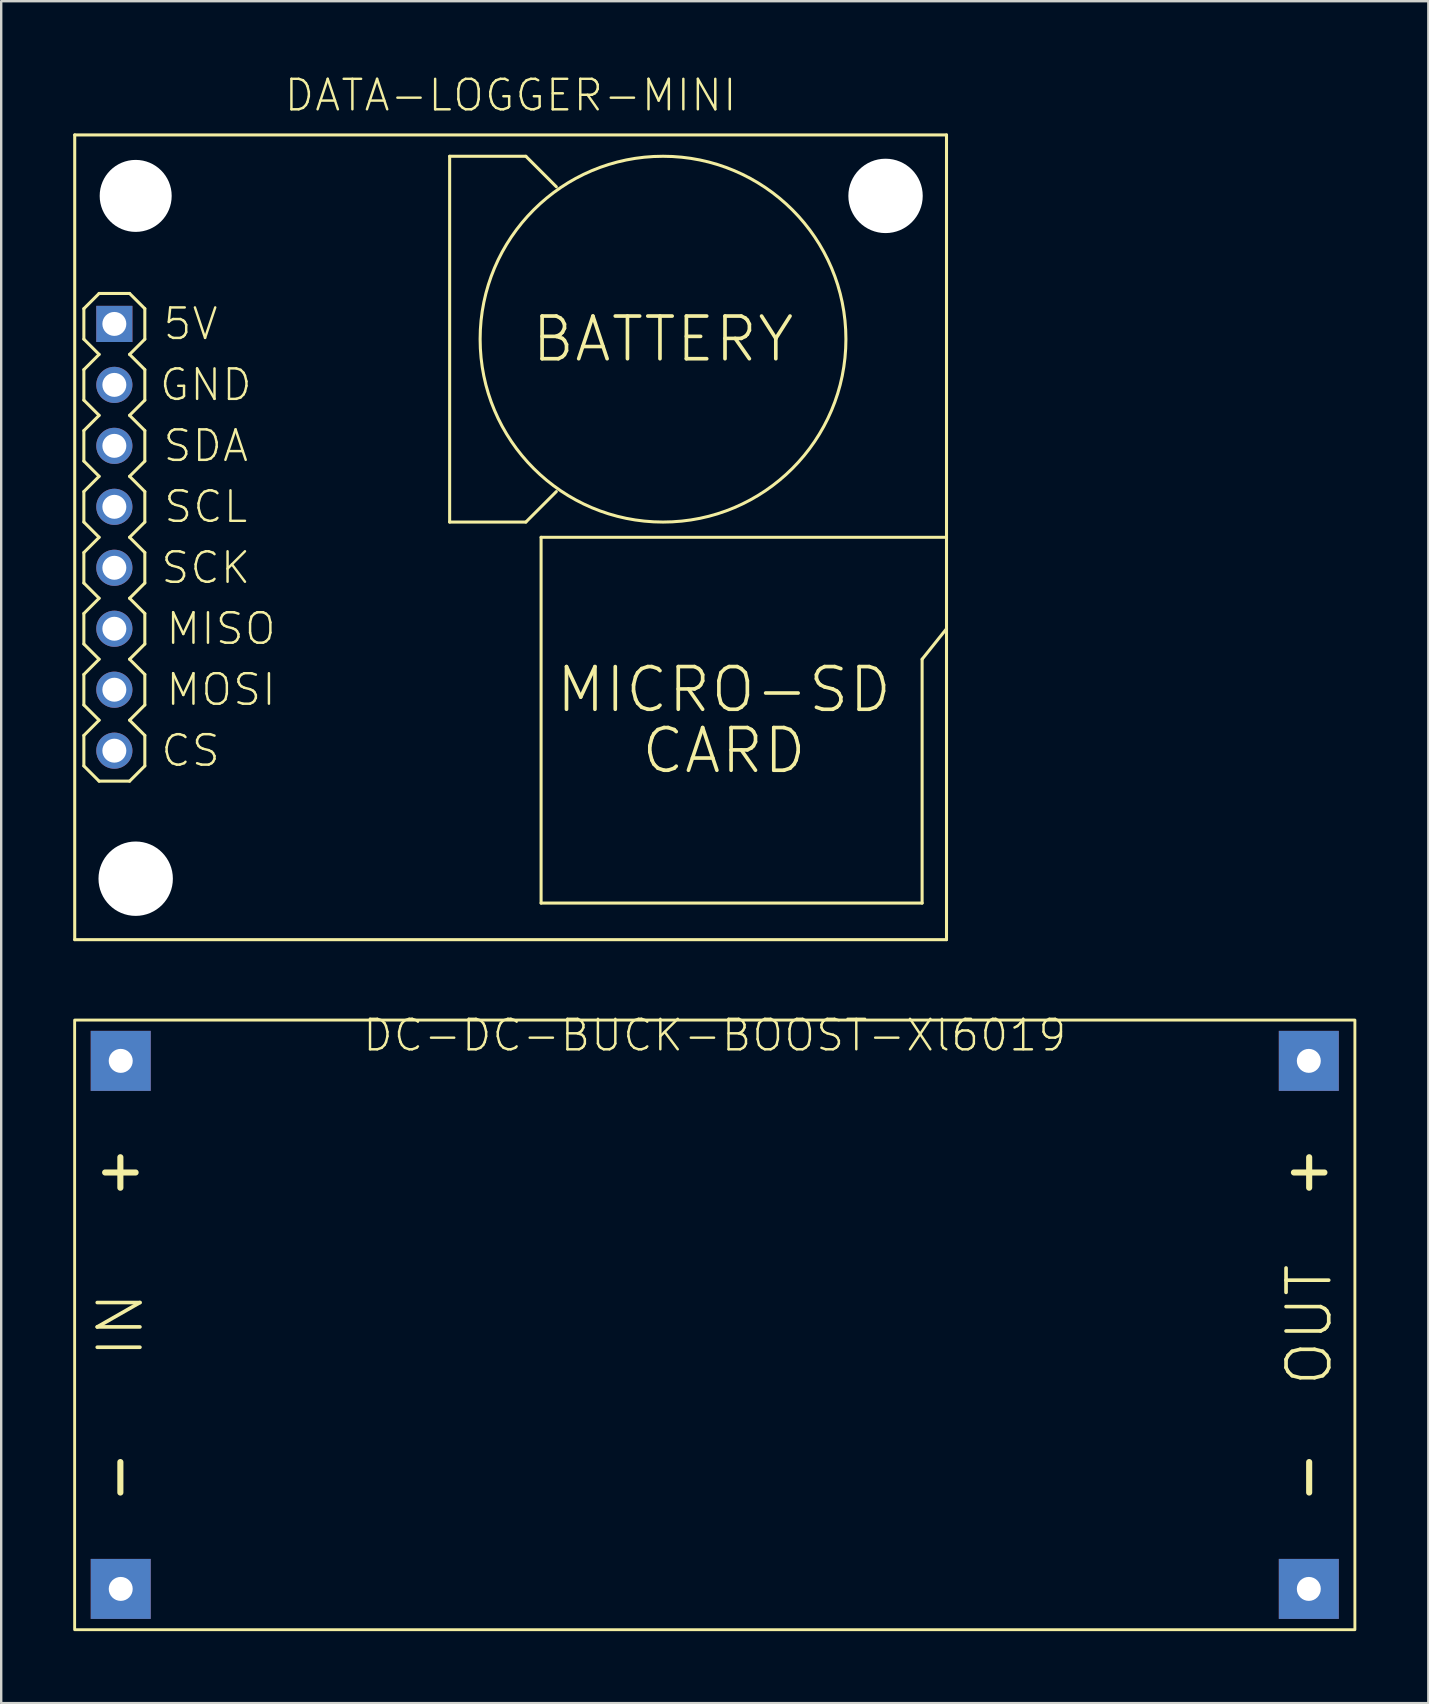
<source format=kicad_pcb>
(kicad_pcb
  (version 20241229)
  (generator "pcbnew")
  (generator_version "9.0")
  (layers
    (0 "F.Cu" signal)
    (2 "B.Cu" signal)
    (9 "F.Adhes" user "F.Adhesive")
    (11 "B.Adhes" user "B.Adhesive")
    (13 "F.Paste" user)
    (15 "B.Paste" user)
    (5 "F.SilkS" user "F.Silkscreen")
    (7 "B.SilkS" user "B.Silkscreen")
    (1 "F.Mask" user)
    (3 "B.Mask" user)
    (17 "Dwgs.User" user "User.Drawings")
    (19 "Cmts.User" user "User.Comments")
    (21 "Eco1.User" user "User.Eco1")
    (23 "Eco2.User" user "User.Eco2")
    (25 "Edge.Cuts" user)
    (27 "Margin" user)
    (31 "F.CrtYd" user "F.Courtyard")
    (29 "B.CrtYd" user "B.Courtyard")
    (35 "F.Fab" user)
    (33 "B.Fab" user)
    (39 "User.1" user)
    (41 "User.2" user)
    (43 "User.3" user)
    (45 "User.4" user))
  (footprint "DC-DC-BUCK-BOOST-Xl6019"
    (layer "F.Cu")
    (at 26.73 52.15)
    (property "Reference" "DC-DC-BUCK-BOOST-Xl6019" (at 0 -12.065 0) (layer "F.SilkS") (effects (font (size 1.27 1.27) (thickness 0.102))))
    (attr through_hole)
    (fp_line (start -25.4 -6.35) (end -24.13 -6.35) (stroke (width 0.254) (type solid)) (layer "F.SilkS"))
    (fp_line (start -24.765 -6.985) (end -24.765 -5.715) (stroke (width 0.254) (type solid)) (layer "F.SilkS"))
    (fp_line (start -24.765 6.985) (end -24.765 5.715) (stroke (width 0.254) (type solid)) (layer "F.SilkS"))
    (fp_line (start 24.13 -6.35) (end 25.4 -6.35) (stroke (width 0.254) (type solid)) (layer "F.SilkS"))
    (fp_line (start 24.765 -6.985) (end 24.765 -5.715) (stroke (width 0.254) (type solid)) (layer "F.SilkS"))
    (fp_line (start 24.765 6.985) (end 24.765 5.715) (stroke (width 0.254) (type solid)) (layer "F.SilkS"))
    (fp_rect (start -26.67 -12.7) (end 26.67 12.7) (stroke (width 0.12) (type solid)) (fill no) (layer "F.SilkS"))
    (fp_text user "OUT" (at 24.765 0 90) (layer "F.SilkS") (effects (font (size 1.778 1.778) (thickness 0.152))))
    (fp_text user "IN" (at -24.765 0 90) (layer "F.SilkS") (effects (font (size 1.778 1.778) (thickness 0.152))))
    (pad "IN+" thru_hole rect (at -24.75 -11) (size 2.5 2.5) (drill 1) (layers "*.Cu" "*.Mask"))
    (pad "IN-" thru_hole rect (at -24.75 11) (size 2.499 2.499) (drill 0.998) (layers "*.Cu" "*.Mask"))
    (pad "OUT+" thru_hole rect (at 24.75 -11) (size 2.499 2.499) (drill 0.998) (layers "*.Cu" "*.Mask"))
    (pad "OUT-" thru_hole rect (at 24.75 11) (size 2.499 2.499) (drill 0.998) (layers "*.Cu" "*.Mask")))
  (footprint "DATA-LOGGER-MINI"
    (layer "F.Cu")
    (at 18.224 19.336)
    (property "Reference" "DATA-LOGGER-MINI" (at 0 -18.415 0) (layer "F.SilkS") (effects (font (size 1.27 1.27) (thickness 0.102))))
    (attr exclude_from_pos_files exclude_from_bom)
    (fp_line (start -18.161 -16.764) (end -18.161 16.764) (stroke (width 0.127) (type solid)) (layer "F.SilkS"))
    (fp_line (start -18.161 -16.764) (end 18.161 -16.764) (stroke (width 0.127) (type solid)) (layer "F.SilkS"))
    (fp_line (start -17.78 -9.525) (end -17.78 -8.255) (stroke (width 0.127) (type solid)) (layer "F.SilkS"))
    (fp_line (start -17.78 -9.525) (end -17.145 -10.16) (stroke (width 0.127) (type solid)) (layer "F.SilkS"))
    (fp_line (start -17.78 -6.985) (end -17.78 -5.715) (stroke (width 0.127) (type solid)) (layer "F.SilkS"))
    (fp_line (start -17.78 -6.985) (end -17.145 -7.62) (stroke (width 0.127) (type solid)) (layer "F.SilkS"))
    (fp_line (start -17.78 -4.445) (end -17.78 -3.175) (stroke (width 0.127) (type solid)) (layer "F.SilkS"))
    (fp_line (start -17.78 -4.445) (end -17.145 -5.08) (stroke (width 0.127) (type solid)) (layer "F.SilkS"))
    (fp_line (start -17.78 -1.905) (end -17.78 -0.635) (stroke (width 0.127) (type solid)) (layer "F.SilkS"))
    (fp_line (start -17.78 -1.905) (end -17.145 -2.54) (stroke (width 0.127) (type solid)) (layer "F.SilkS"))
    (fp_line (start -17.78 0.635) (end -17.78 1.905) (stroke (width 0.127) (type solid)) (layer "F.SilkS"))
    (fp_line (start -17.78 0.635) (end -17.145 0) (stroke (width 0.127) (type solid)) (layer "F.SilkS"))
    (fp_line (start -17.78 3.175) (end -17.78 4.445) (stroke (width 0.127) (type solid)) (layer "F.SilkS"))
    (fp_line (start -17.78 3.175) (end -17.145 2.54) (stroke (width 0.127) (type solid)) (layer "F.SilkS"))
    (fp_line (start -17.78 5.715) (end -17.78 6.985) (stroke (width 0.127) (type solid)) (layer "F.SilkS"))
    (fp_line (start -17.78 5.715) (end -17.145 5.08) (stroke (width 0.127) (type solid)) (layer "F.SilkS"))
    (fp_line (start -17.78 8.255) (end -17.78 9.525) (stroke (width 0.127) (type solid)) (layer "F.SilkS"))
    (fp_line (start -17.78 9.525) (end -17.145 10.16) (stroke (width 0.127) (type solid)) (layer "F.SilkS"))
    (fp_line (start -17.145 -10.16) (end -15.875 -10.16) (stroke (width 0.127) (type solid)) (layer "F.SilkS"))
    (fp_line (start -17.145 -7.62) (end -17.78 -8.255) (stroke (width 0.127) (type solid)) (layer "F.SilkS"))
    (fp_line (start -17.145 -5.08) (end -17.78 -5.715) (stroke (width 0.127) (type solid)) (layer "F.SilkS"))
    (fp_line (start -17.145 -2.54) (end -17.78 -3.175) (stroke (width 0.127) (type solid)) (layer "F.SilkS"))
    (fp_line (start -17.145 0) (end -17.78 -0.635) (stroke (width 0.127) (type solid)) (layer "F.SilkS"))
    (fp_line (start -17.145 2.54) (end -17.78 1.905) (stroke (width 0.127) (type solid)) (layer "F.SilkS"))
    (fp_line (start -17.145 5.08) (end -17.78 4.445) (stroke (width 0.127) (type solid)) (layer "F.SilkS"))
    (fp_line (start -17.145 7.62) (end -17.78 6.985) (stroke (width 0.127) (type solid)) (layer "F.SilkS"))
    (fp_line (start -17.145 7.62) (end -17.78 8.255) (stroke (width 0.127) (type solid)) (layer "F.SilkS"))
    (fp_line (start -17.145 10.16) (end -15.875 10.16) (stroke (width 0.127) (type solid)) (layer "F.SilkS"))
    (fp_line (start -15.875 -10.16) (end -15.24 -9.525) (stroke (width 0.127) (type solid)) (layer "F.SilkS"))
    (fp_line (start -15.875 -7.62) (end -15.24 -6.985) (stroke (width 0.127) (type solid)) (layer "F.SilkS"))
    (fp_line (start -15.875 -5.08) (end -15.24 -4.445) (stroke (width 0.127) (type solid)) (layer "F.SilkS"))
    (fp_line (start -15.875 -2.54) (end -15.24 -1.905) (stroke (width 0.127) (type solid)) (layer "F.SilkS"))
    (fp_line (start -15.875 0) (end -15.24 0.635) (stroke (width 0.127) (type solid)) (layer "F.SilkS"))
    (fp_line (start -15.875 2.54) (end -15.24 3.175) (stroke (width 0.127) (type solid)) (layer "F.SilkS"))
    (fp_line (start -15.875 5.08) (end -15.24 5.715) (stroke (width 0.127) (type solid)) (layer "F.SilkS"))
    (fp_line (start -15.875 10.16) (end -15.24 9.525) (stroke (width 0.127) (type solid)) (layer "F.SilkS"))
    (fp_line (start -15.24 -9.525) (end -15.24 -8.255) (stroke (width 0.127) (type solid)) (layer "F.SilkS"))
    (fp_line (start -15.24 -8.255) (end -15.875 -7.62) (stroke (width 0.127) (type solid)) (layer "F.SilkS"))
    (fp_line (start -15.24 -6.985) (end -15.24 -5.715) (stroke (width 0.127) (type solid)) (layer "F.SilkS"))
    (fp_line (start -15.24 -5.715) (end -15.875 -5.08) (stroke (width 0.127) (type solid)) (layer "F.SilkS"))
    (fp_line (start -15.24 -4.445) (end -15.24 -3.175) (stroke (width 0.127) (type solid)) (layer "F.SilkS"))
    (fp_line (start -15.24 -3.175) (end -15.875 -2.54) (stroke (width 0.127) (type solid)) (layer "F.SilkS"))
    (fp_line (start -15.24 -1.905) (end -15.24 -0.635) (stroke (width 0.127) (type solid)) (layer "F.SilkS"))
    (fp_line (start -15.24 -0.635) (end -15.875 0) (stroke (width 0.127) (type solid)) (layer "F.SilkS"))
    (fp_line (start -15.24 0.635) (end -15.24 1.905) (stroke (width 0.127) (type solid)) (layer "F.SilkS"))
    (fp_line (start -15.24 1.905) (end -15.875 2.54) (stroke (width 0.127) (type solid)) (layer "F.SilkS"))
    (fp_line (start -15.24 3.175) (end -15.24 4.445) (stroke (width 0.127) (type solid)) (layer "F.SilkS"))
    (fp_line (start -15.24 4.445) (end -15.875 5.08) (stroke (width 0.127) (type solid)) (layer "F.SilkS"))
    (fp_line (start -15.24 5.715) (end -15.24 6.985) (stroke (width 0.127) (type solid)) (layer "F.SilkS"))
    (fp_line (start -15.24 6.985) (end -15.875 7.62) (stroke (width 0.127) (type solid)) (layer "F.SilkS"))
    (fp_line (start -15.24 8.255) (end -15.875 7.62) (stroke (width 0.127) (type solid)) (layer "F.SilkS"))
    (fp_line (start -15.24 9.525) (end -15.24 8.255) (stroke (width 0.127) (type solid)) (layer "F.SilkS"))
    (fp_line (start -2.54 -15.875) (end -2.54 -0.635) (stroke (width 0.127) (type solid)) (layer "F.SilkS"))
    (fp_line (start -2.54 -0.635) (end 0.635 -0.635) (stroke (width 0.127) (type solid)) (layer "F.SilkS"))
    (fp_line (start 0.635 -15.875) (end -2.54 -15.875) (stroke (width 0.127) (type solid)) (layer "F.SilkS"))
    (fp_line (start 0.635 -15.875) (end 1.905 -14.605) (stroke (width 0.127) (type solid)) (layer "F.SilkS"))
    (fp_line (start 0.635 -0.635) (end 1.905 -1.905) (stroke (width 0.127) (type solid)) (layer "F.SilkS"))
    (fp_line (start 1.27 0) (end 1.27 15.24) (stroke (width 0.127) (type solid)) (layer "F.SilkS"))
    (fp_line (start 1.27 15.24) (end 17.145 15.24) (stroke (width 0.127) (type solid)) (layer "F.SilkS"))
    (fp_line (start 17.145 5.08) (end 18.161 3.81) (stroke (width 0.127) (type solid)) (layer "F.SilkS"))
    (fp_line (start 17.145 15.24) (end 17.145 5.08) (stroke (width 0.127) (type solid)) (layer "F.SilkS"))
    (fp_line (start 18.161 -16.764) (end 18.161 0) (stroke (width 0.127) (type solid)) (layer "F.SilkS"))
    (fp_line (start 18.161 0) (end 1.27 0) (stroke (width 0.127) (type solid)) (layer "F.SilkS"))
    (fp_line (start 18.161 0) (end 18.161 3.81) (stroke (width 0.127) (type solid)) (layer "F.SilkS"))
    (fp_line (start 18.161 3.81) (end 18.161 16.764) (stroke (width 0.127) (type solid)) (layer "F.SilkS"))
    (fp_line (start 18.161 16.764) (end -18.161 16.764) (stroke (width 0.127) (type solid)) (layer "F.SilkS"))
    (fp_circle (center 6.35 -8.255) (end 6.35 -15.875) (stroke (width 0.127) (type solid)) (fill no) (layer "F.SilkS"))
    (fp_text user "SDA" (at -12.7 -3.81 0) (layer "F.SilkS") (effects (font (size 1.27 1.27) (thickness 0.102))))
    (fp_text user "MICRO-SD" (at 8.89 6.35 0) (layer "F.SilkS") (effects (font (size 1.778 1.778) (thickness 0.152))))
    (fp_text user "CS" (at -13.335 8.89 0) (layer "F.SilkS") (effects (font (size 1.27 1.27) (thickness 0.102))))
    (fp_text user "5V" (at -13.335 -8.89 0) (layer "F.SilkS") (effects (font (size 1.27 1.27) (thickness 0.102))))
    (fp_text user "CARD" (at 8.89 8.89 0) (layer "F.SilkS") (effects (font (size 1.778 1.778) (thickness 0.152))))
    (fp_text user "MOSI" (at -12.065 6.35 0) (layer "F.SilkS") (effects (font (size 1.27 1.27) (thickness 0.102))))
    (fp_text user "SCL" (at -12.7 -1.27 0) (layer "F.SilkS") (effects (font (size 1.27 1.27) (thickness 0.102))))
    (fp_text user "GND" (at -12.7 -6.35 0) (layer "F.SilkS") (effects (font (size 1.27 1.27) (thickness 0.102))))
    (fp_text user "SCK" (at -12.7 1.27 0) (layer "F.SilkS") (effects (font (size 1.27 1.27) (thickness 0.102))))
    (fp_text user "BATTERY" (at 6.35 -8.255 0) (layer "F.SilkS") (effects (font (size 1.778 1.778) (thickness 0.152))))
    (fp_text user "MISO" (at -12.065 3.81 0) (layer "F.SilkS") (effects (font (size 1.27 1.27) (thickness 0.102))))
    (pad "" np_thru_hole circle (at -15.621 -14.224) (size 3 3) (drill 3) (layers "*.Cu" "*.Mask"))
    (pad "" np_thru_hole circle (at -15.621 14.224) (size 3.099 3.099) (drill 3.099) (layers "*.Cu" "*.Mask"))
    (pad "" np_thru_hole circle (at 15.621 -14.224) (size 3.099 3.099) (drill 3.099) (layers "*.Cu" "*.Mask"))
    (pad "1" thru_hole rect (at -16.51 -8.89) (size 1.506 1.506) (drill 0.998) (layers "*.Cu" "*.Paste" "*.Mask"))
    (pad "2" thru_hole circle (at -16.51 -6.35) (size 1.506 1.506) (drill 0.998) (layers "*.Cu" "*.Paste" "*.Mask"))
    (pad "3" thru_hole circle (at -16.51 -3.81) (size 1.506 1.506) (drill 0.998) (layers "*.Cu" "*.Paste" "*.Mask"))
    (pad "4" thru_hole circle (at -16.51 -1.27) (size 1.506 1.506) (drill 0.998) (layers "*.Cu" "*.Paste" "*.Mask"))
    (pad "5" thru_hole circle (at -16.51 1.27) (size 1.506 1.506) (drill 0.998) (layers "*.Cu" "*.Paste" "*.Mask"))
    (pad "6" thru_hole circle (at -16.51 3.81) (size 1.506 1.506) (drill 0.998) (layers "*.Cu" "*.Paste" "*.Mask"))
    (pad "7" thru_hole circle (at -16.51 6.35) (size 1.506 1.506) (drill 0.998) (layers "*.Cu" "*.Paste" "*.Mask"))
    (pad "8" thru_hole circle (at -16.51 8.89) (size 1.506 1.506) (drill 0.998) (layers "*.Cu" "*.Paste" "*.Mask")))
  (gr_rect
    (start -3 -3)
    (end 56.46 67.91)
    (stroke (width 0.1) (type default))
    (fill no)
    (layer "Edge.Cuts")))
</source>
